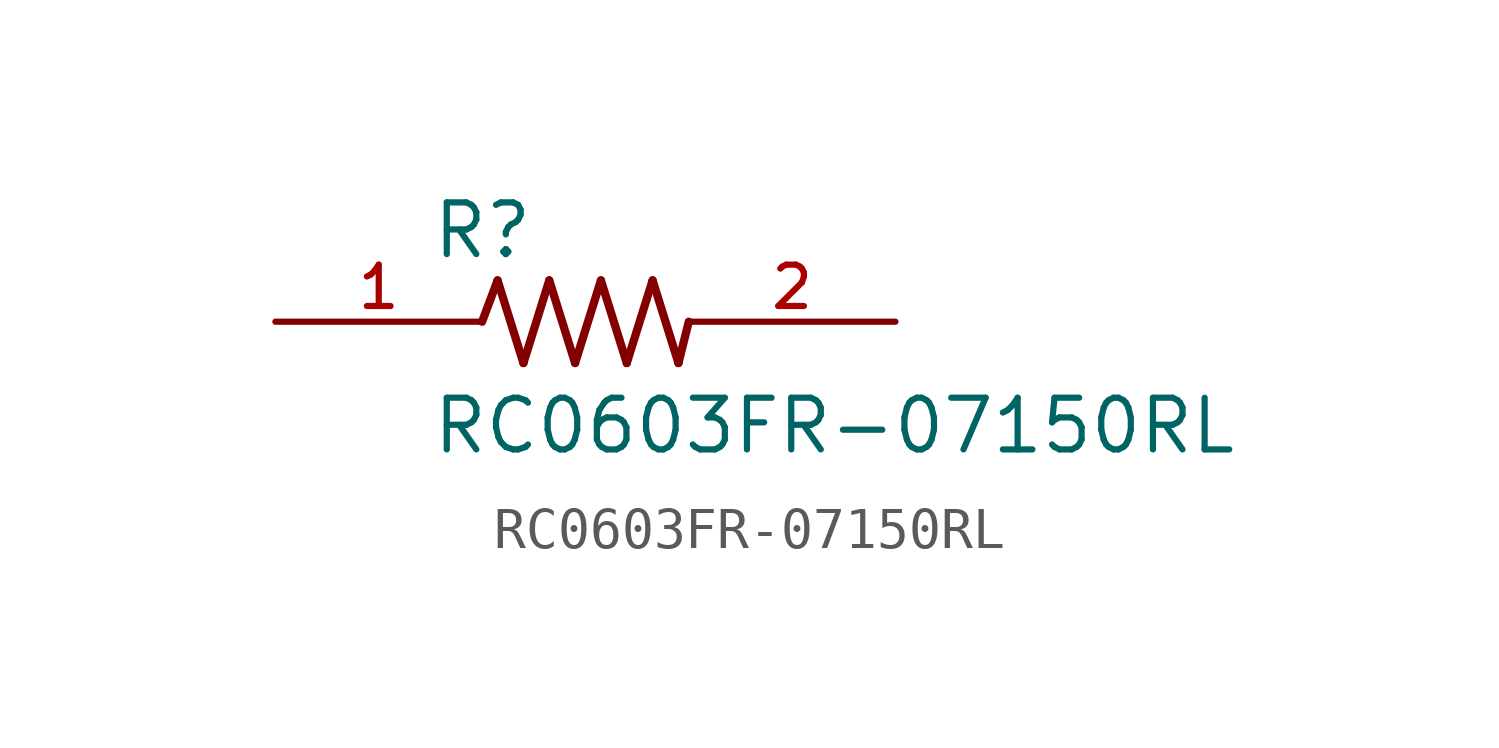
<source format=kicad_sym>
(kicad_symbol_lib
  (version 20211014)
  (generator kicad_symbol_editor)
  (symbol "RC0603FR-07150RL"
    (pin_names
      (offset 1.016))
    (property "Reference" "R"
      (at -3.81 1.499 0)
      (effects (font (size 1.27 1.27)) (justify bottom left)))
    (property "Value" "RC0603FR-07150RL"
      (at -3.81 -3.302 0)
      (effects (font (size 1.27 1.27)) (justify bottom left)))
    (symbol "RC0603FR-07150RL_0_0"
      (polyline (pts (xy -2.54 0.0) (xy -2.159 1.016)) (stroke (width 0.203)))
      (polyline (pts (xy -2.159 1.016) (xy -1.524 -1.016)) (stroke (width 0.203)))
      (polyline (pts (xy -1.524 -1.016) (xy -0.889 1.016)) (stroke (width 0.203)))
      (polyline (pts (xy -0.889 1.016) (xy -0.254 -1.016)) (stroke (width 0.203)))
      (polyline (pts (xy -0.254 -1.016) (xy 0.381 1.016)) (stroke (width 0.203)))
      (polyline (pts (xy 0.381 1.016) (xy 1.016 -1.016)) (stroke (width 0.203)))
      (polyline (pts (xy 1.016 -1.016) (xy 1.651 1.016)) (stroke (width 0.203)))
      (polyline (pts (xy 1.651 1.016) (xy 2.286 -1.016)) (stroke (width 0.203)))
      (polyline (pts (xy 2.286 -1.016) (xy 2.54 0.0)) (stroke (width 0.203)))
      (pin passive line (at 7.62 0.0 180.0) (length 5.08) (name "~" (effects (font (size 1.016 1.016)))) (number "2" (effects (font (size 1.016 1.016)))))
      (pin passive line (at -7.62 0.0 0) (length 5.08) (name "~" (effects (font (size 1.016 1.016)))) (number "1" (effects (font (size 1.016 1.016))))))))
</source>
